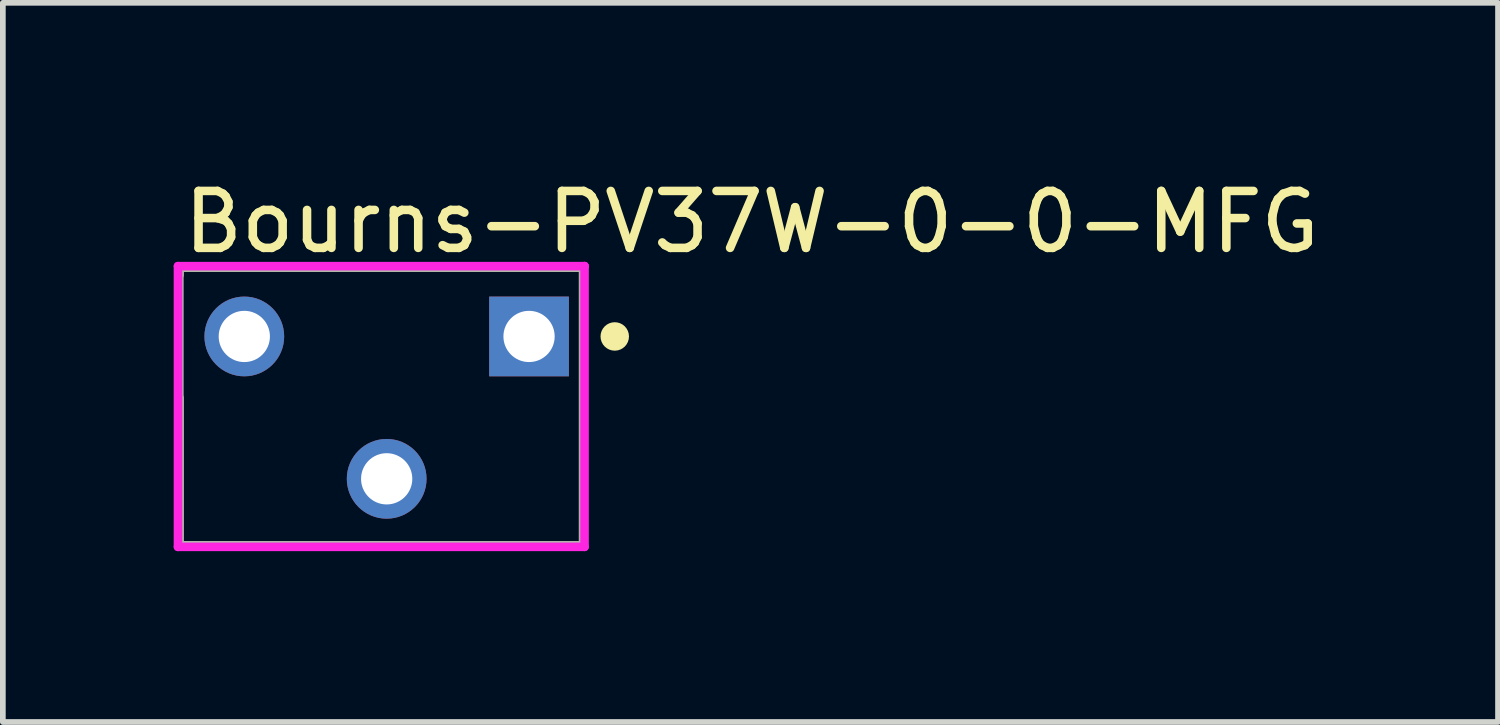
<source format=kicad_pcb>
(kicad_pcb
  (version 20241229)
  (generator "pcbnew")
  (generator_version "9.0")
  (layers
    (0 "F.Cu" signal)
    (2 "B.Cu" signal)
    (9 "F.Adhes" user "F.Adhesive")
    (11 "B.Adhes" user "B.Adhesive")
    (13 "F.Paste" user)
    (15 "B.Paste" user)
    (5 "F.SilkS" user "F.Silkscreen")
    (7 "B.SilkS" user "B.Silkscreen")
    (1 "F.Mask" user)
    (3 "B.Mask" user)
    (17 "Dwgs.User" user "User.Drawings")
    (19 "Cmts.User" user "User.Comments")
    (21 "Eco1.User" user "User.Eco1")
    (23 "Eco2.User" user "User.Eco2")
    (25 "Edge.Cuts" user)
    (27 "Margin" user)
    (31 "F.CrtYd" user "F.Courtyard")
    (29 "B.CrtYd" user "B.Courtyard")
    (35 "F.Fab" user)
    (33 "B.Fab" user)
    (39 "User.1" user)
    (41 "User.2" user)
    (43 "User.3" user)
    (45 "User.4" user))
  (footprint "Bourns-PV37W-0-0-MFG"
    (layer "F.Cu")
    (at 3.645 4.088)
    (property "Reference" "Bourns-PV37W-0-0-MFG" (at -3.545 -3.24 0) (layer "F.SilkS") (effects (font (size 1 1) (thickness 0.15)) (justify left)))
    (attr through_hole)
    (fp_line (start -3.545 -2.44) (end 3.545 -2.44) (stroke (width 0.15) (type solid)) (layer "F.SilkS"))
    (fp_line (start -3.545 -2.305) (end -3.545 -2.44) (stroke (width 0.15) (type solid)) (layer "F.SilkS"))
    (fp_line (start -3.545 2.44) (end -3.545 -0.155) (stroke (width 0.15) (type solid)) (layer "F.SilkS"))
    (fp_line (start -3.545 2.44) (end 3.545 2.44) (stroke (width 0.15) (type solid)) (layer "F.SilkS"))
    (fp_line (start 3.545 2.44) (end 3.545 -2.44) (stroke (width 0.15) (type solid)) (layer "F.SilkS"))
    (fp_circle (center 4.1 -1.23) (end 4.225 -1.23) (stroke (width 0.25) (type solid)) (fill no) (layer "F.SilkS"))
    (fp_line (start -3.57 -2.465) (end -3.57 2.465) (stroke (width 0.15) (type solid)) (layer "F.CrtYd"))
    (fp_line (start -3.57 2.465) (end 3.57 2.465) (stroke (width 0.15) (type solid)) (layer "F.CrtYd"))
    (fp_line (start 3.57 -2.465) (end -3.57 -2.465) (stroke (width 0.15) (type solid)) (layer "F.CrtYd"))
    (fp_line (start 3.57 -2.465) (end 3.57 -2.465) (stroke (width 0.15) (type solid)) (layer "F.CrtYd"))
    (fp_line (start 3.57 2.465) (end 3.57 -2.465) (stroke (width 0.15) (type solid)) (layer "F.CrtYd"))
    (fp_line (start -3.545 -2.44) (end 3.545 -2.44) (stroke (width 0.15) (type solid)) (layer "F.Fab"))
    (fp_line (start -3.545 2.44) (end -3.545 -2.44) (stroke (width 0.15) (type solid)) (layer "F.Fab"))
    (fp_line (start 3.545 -2.44) (end 3.545 2.44) (stroke (width 0.15) (type solid)) (layer "F.Fab"))
    (fp_line (start 3.545 2.44) (end -3.545 2.44) (stroke (width 0.15) (type solid)) (layer "F.Fab"))
    (pad "1" thru_hole rect (at 2.595 -1.23) (size 1.4 1.4) (drill 0.9) (layers "*.Cu"))
    (pad "2" thru_hole circle (at 0.095 1.27) (size 1.4 1.4) (drill 0.9) (layers "*.Cu"))
    (pad "3" thru_hole circle (at -2.405 -1.23) (size 1.4 1.4) (drill 0.9) (layers "*.Cu")))
  (gr_rect
    (start -3 -3)
    (end 23.255 9.628)
    (stroke (width 0.1) (type default))
    (fill no)
    (layer "Edge.Cuts")))
</source>
